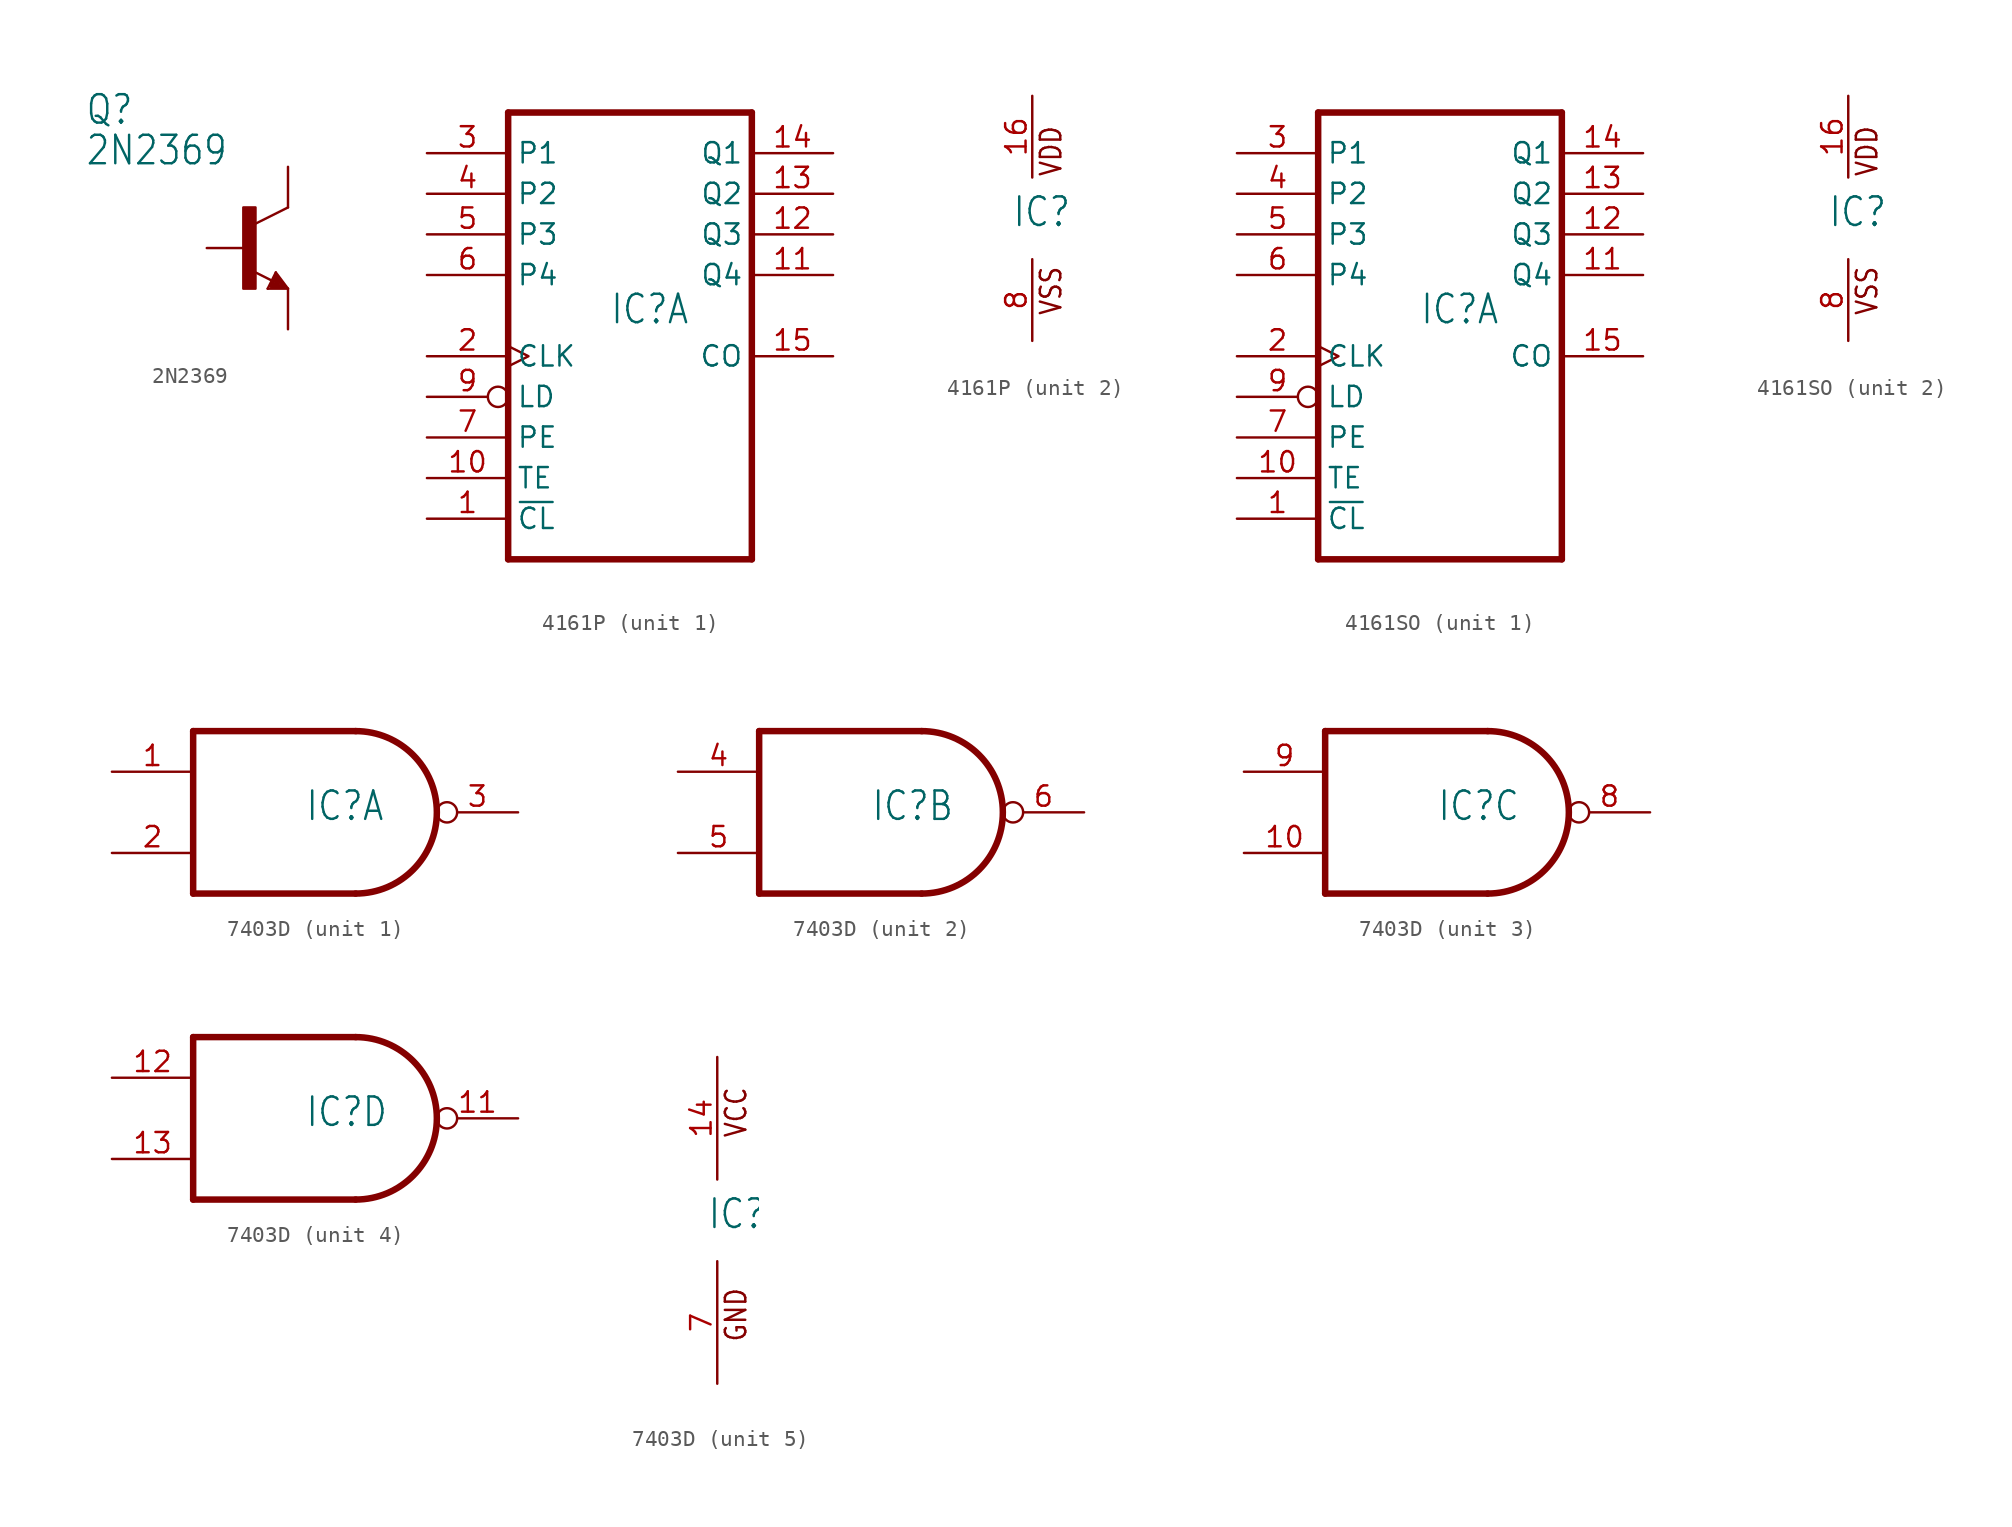
<source format=kicad_sym>
(kicad_symbol_lib
  (version 20220914)
  (generator kicad_symbol_editor)
  (symbol "2N2369"
    (property "Reference" "Q"
      (at -10.16 7.62 0)
      (effects (font (size 1.778 1.511)) (justify left bottom)))
    (property "Value" "2N2369"
      (at -10.16 5.08 0)
      (effects (font (size 1.778 1.511)) (justify left bottom)))
    (property "ki_locked" ""
      (at 0 0 0)
      (effects (font (size 1.27 1.27))))
    (symbol "2N2369_1_0"
      (rectangle (start -0.254 -2.54) (end 0.508 2.54) (stroke (width 0) (type default)) (fill (type outline)))
      (polyline (pts (xy 1.27 -2.54) (xy 1.778 -1.524)) (stroke (width 0.152) (type default)) (fill (type none)))
      (polyline (pts (xy 1.524 -2.413) (xy 2.286 -2.413)) (stroke (width 0.254) (type default)) (fill (type none)))
      (polyline (pts (xy 1.524 -2.286) (xy 1.905 -2.286)) (stroke (width 0.254) (type default)) (fill (type none)))
      (polyline (pts (xy 1.54 -2.04) (xy 0.308 -1.424)) (stroke (width 0.152) (type default)) (fill (type none)))
      (polyline (pts (xy 1.778 -1.778) (xy 1.524 -2.286)) (stroke (width 0.254) (type default)) (fill (type none)))
      (polyline (pts (xy 1.778 -1.524) (xy 2.54 -2.54)) (stroke (width 0.152) (type default)) (fill (type none)))
      (polyline (pts (xy 1.905 -2.286) (xy 1.778 -2.032)) (stroke (width 0.254) (type default)) (fill (type none)))
      (polyline (pts (xy 2.286 -2.413) (xy 1.778 -1.778)) (stroke (width 0.254) (type default)) (fill (type none)))
      (polyline (pts (xy 2.54 -2.54) (xy 1.27 -2.54)) (stroke (width 0.152) (type default)) (fill (type none)))
      (polyline (pts (xy 2.54 2.54) (xy 0.508 1.524)) (stroke (width 0.152) (type default)) (fill (type none)))
      (pin passive line (at 2.54 -5.08 90) (length 2.54) (name "E" (effects (font (size 0 0)))) (number "1" (effects (font (size 0 0)))))
      (pin passive line (at -2.54 0 0) (length 2.54) (name "B" (effects (font (size 0 0)))) (number "2" (effects (font (size 0 0)))))
      (pin passive line (at 2.54 5.08 270) (length 2.54) (name "C" (effects (font (size 0 0)))) (number "3" (effects (font (size 0 0)))))))
  (symbol "4161P"
    (property "Reference" "IC"
      (at -1.27 -0.635 0)
      (effects (font (size 1.778 1.511)) (justify left bottom)))
    (property "ki_locked" ""
      (at 0 0 0)
      (effects (font (size 1.27 1.27))))
    (symbol "4161P_1_0"
      (polyline (pts (xy -7.62 -15.24) (xy 7.62 -15.24)) (stroke (width 0.406) (type default)) (fill (type none)))
      (polyline (pts (xy -7.62 12.7) (xy -7.62 -15.24)) (stroke (width 0.406) (type default)) (fill (type none)))
      (polyline (pts (xy 7.62 -15.24) (xy 7.62 12.7)) (stroke (width 0.406) (type default)) (fill (type none)))
      (polyline (pts (xy 7.62 12.7) (xy -7.62 12.7)) (stroke (width 0.406) (type default)) (fill (type none)))
      (pin input line (at -12.7 -12.7 0) (length 5.08) (name "~{CL}" (effects (font (size 1.27 1.27)))) (number "1" (effects (font (size 1.27 1.27)))))
      (pin input line (at -12.7 -10.16 0) (length 5.08) (name "TE" (effects (font (size 1.27 1.27)))) (number "10" (effects (font (size 1.27 1.27)))))
      (pin output line (at 12.7 2.54 180) (length 5.08) (name "Q4" (effects (font (size 1.27 1.27)))) (number "11" (effects (font (size 1.27 1.27)))))
      (pin output line (at 12.7 5.08 180) (length 5.08) (name "Q3" (effects (font (size 1.27 1.27)))) (number "12" (effects (font (size 1.27 1.27)))))
      (pin output line (at 12.7 7.62 180) (length 5.08) (name "Q2" (effects (font (size 1.27 1.27)))) (number "13" (effects (font (size 1.27 1.27)))))
      (pin output line (at 12.7 10.16 180) (length 5.08) (name "Q1" (effects (font (size 1.27 1.27)))) (number "14" (effects (font (size 1.27 1.27)))))
      (pin output line (at 12.7 -2.54 180) (length 5.08) (name "CO" (effects (font (size 1.27 1.27)))) (number "15" (effects (font (size 1.27 1.27)))))
      (pin input clock (at -12.7 -2.54 0) (length 5.08) (name "CLK" (effects (font (size 1.27 1.27)))) (number "2" (effects (font (size 1.27 1.27)))))
      (pin input line (at -12.7 10.16 0) (length 5.08) (name "P1" (effects (font (size 1.27 1.27)))) (number "3" (effects (font (size 1.27 1.27)))))
      (pin input line (at -12.7 7.62 0) (length 5.08) (name "P2" (effects (font (size 1.27 1.27)))) (number "4" (effects (font (size 1.27 1.27)))))
      (pin input line (at -12.7 5.08 0) (length 5.08) (name "P3" (effects (font (size 1.27 1.27)))) (number "5" (effects (font (size 1.27 1.27)))))
      (pin input line (at -12.7 2.54 0) (length 5.08) (name "P4" (effects (font (size 1.27 1.27)))) (number "6" (effects (font (size 1.27 1.27)))))
      (pin input line (at -12.7 -7.62 0) (length 5.08) (name "PE" (effects (font (size 1.27 1.27)))) (number "7" (effects (font (size 1.27 1.27)))))
      (pin input inverted (at -12.7 -5.08 0) (length 5.08) (name "LD" (effects (font (size 1.27 1.27)))) (number "9" (effects (font (size 1.27 1.27))))))
    (symbol "4161P_2_0"
      (text "VDD" (at 1.905 2.54 900) (effects (font (size 1.27 1.079)) (justify left bottom)))
      (text "VSS" (at 1.905 -6.096 900) (effects (font (size 1.27 1.079)) (justify left bottom)))
      (pin power_in line (at 0 7.62 270) (length 5.08) (name "VDD" (effects (font (size 0 0)))) (number "16" (effects (font (size 1.27 1.27)))))
      (pin power_in line (at 0 -7.62 90) (length 5.08) (name "VSS" (effects (font (size 0 0)))) (number "8" (effects (font (size 1.27 1.27)))))))
  (symbol "4161SO"
    (property "Reference" "IC"
      (at -1.27 -0.635 0)
      (effects (font (size 1.778 1.511)) (justify left bottom)))
    (property "ki_locked" ""
      (at 0 0 0)
      (effects (font (size 1.27 1.27))))
    (symbol "4161SO_1_0"
      (polyline (pts (xy -7.62 -15.24) (xy 7.62 -15.24)) (stroke (width 0.406) (type default)) (fill (type none)))
      (polyline (pts (xy -7.62 12.7) (xy -7.62 -15.24)) (stroke (width 0.406) (type default)) (fill (type none)))
      (polyline (pts (xy 7.62 -15.24) (xy 7.62 12.7)) (stroke (width 0.406) (type default)) (fill (type none)))
      (polyline (pts (xy 7.62 12.7) (xy -7.62 12.7)) (stroke (width 0.406) (type default)) (fill (type none)))
      (pin input line (at -12.7 -12.7 0) (length 5.08) (name "~{CL}" (effects (font (size 1.27 1.27)))) (number "1" (effects (font (size 1.27 1.27)))))
      (pin input line (at -12.7 -10.16 0) (length 5.08) (name "TE" (effects (font (size 1.27 1.27)))) (number "10" (effects (font (size 1.27 1.27)))))
      (pin output line (at 12.7 2.54 180) (length 5.08) (name "Q4" (effects (font (size 1.27 1.27)))) (number "11" (effects (font (size 1.27 1.27)))))
      (pin output line (at 12.7 5.08 180) (length 5.08) (name "Q3" (effects (font (size 1.27 1.27)))) (number "12" (effects (font (size 1.27 1.27)))))
      (pin output line (at 12.7 7.62 180) (length 5.08) (name "Q2" (effects (font (size 1.27 1.27)))) (number "13" (effects (font (size 1.27 1.27)))))
      (pin output line (at 12.7 10.16 180) (length 5.08) (name "Q1" (effects (font (size 1.27 1.27)))) (number "14" (effects (font (size 1.27 1.27)))))
      (pin output line (at 12.7 -2.54 180) (length 5.08) (name "CO" (effects (font (size 1.27 1.27)))) (number "15" (effects (font (size 1.27 1.27)))))
      (pin input clock (at -12.7 -2.54 0) (length 5.08) (name "CLK" (effects (font (size 1.27 1.27)))) (number "2" (effects (font (size 1.27 1.27)))))
      (pin input line (at -12.7 10.16 0) (length 5.08) (name "P1" (effects (font (size 1.27 1.27)))) (number "3" (effects (font (size 1.27 1.27)))))
      (pin input line (at -12.7 7.62 0) (length 5.08) (name "P2" (effects (font (size 1.27 1.27)))) (number "4" (effects (font (size 1.27 1.27)))))
      (pin input line (at -12.7 5.08 0) (length 5.08) (name "P3" (effects (font (size 1.27 1.27)))) (number "5" (effects (font (size 1.27 1.27)))))
      (pin input line (at -12.7 2.54 0) (length 5.08) (name "P4" (effects (font (size 1.27 1.27)))) (number "6" (effects (font (size 1.27 1.27)))))
      (pin input line (at -12.7 -7.62 0) (length 5.08) (name "PE" (effects (font (size 1.27 1.27)))) (number "7" (effects (font (size 1.27 1.27)))))
      (pin input inverted (at -12.7 -5.08 0) (length 5.08) (name "LD" (effects (font (size 1.27 1.27)))) (number "9" (effects (font (size 1.27 1.27))))))
    (symbol "4161SO_2_0"
      (text "VDD" (at 1.905 2.54 900) (effects (font (size 1.27 1.079)) (justify left bottom)))
      (text "VSS" (at 1.905 -6.096 900) (effects (font (size 1.27 1.079)) (justify left bottom)))
      (pin power_in line (at 0 7.62 270) (length 5.08) (name "VDD" (effects (font (size 0 0)))) (number "16" (effects (font (size 1.27 1.27)))))
      (pin power_in line (at 0 -7.62 90) (length 5.08) (name "VSS" (effects (font (size 0 0)))) (number "8" (effects (font (size 1.27 1.27)))))))
  (symbol "7403D"
    (property "Reference" "IC"
      (at -0.635 -0.635 0)
      (effects (font (size 1.778 1.511)) (justify left bottom)))
    (property "ki_locked" ""
      (at 0 0 0)
      (effects (font (size 1.27 1.27))))
    (symbol "7403D_1_0"
      (polyline (pts (xy -7.62 -5.08) (xy 2.54 -5.08)) (stroke (width 0.406) (type default)) (fill (type none)))
      (polyline (pts (xy -7.62 5.08) (xy -7.62 -5.08)) (stroke (width 0.406) (type default)) (fill (type none)))
      (polyline (pts (xy 2.54 5.08) (xy -7.62 5.08)) (stroke (width 0.406) (type default)) (fill (type none)))
      (arc (start 2.54 -5.08) (mid 7.6199 0) (end 2.54 5.08) (stroke (width 0.4064) (type default)) (fill (type none)))
      (pin input line (at -12.7 2.54 0) (length 5.08) (name "I0" (effects (font (size 0 0)))) (number "1" (effects (font (size 1.27 1.27)))))
      (pin input line (at -12.7 -2.54 0) (length 5.08) (name "I1" (effects (font (size 0 0)))) (number "2" (effects (font (size 1.27 1.27)))))
      (pin open_collector inverted (at 12.7 0 180) (length 5.08) (name "O" (effects (font (size 0 0)))) (number "3" (effects (font (size 1.27 1.27))))))
    (symbol "7403D_2_0"
      (polyline (pts (xy -7.62 -5.08) (xy 2.54 -5.08)) (stroke (width 0.406) (type default)) (fill (type none)))
      (polyline (pts (xy -7.62 5.08) (xy -7.62 -5.08)) (stroke (width 0.406) (type default)) (fill (type none)))
      (polyline (pts (xy 2.54 5.08) (xy -7.62 5.08)) (stroke (width 0.406) (type default)) (fill (type none)))
      (arc (start 2.54 -5.08) (mid 7.6199 0) (end 2.54 5.08) (stroke (width 0.4064) (type default)) (fill (type none)))
      (pin input line (at -12.7 2.54 0) (length 5.08) (name "I0" (effects (font (size 0 0)))) (number "4" (effects (font (size 1.27 1.27)))))
      (pin input line (at -12.7 -2.54 0) (length 5.08) (name "I1" (effects (font (size 0 0)))) (number "5" (effects (font (size 1.27 1.27)))))
      (pin open_collector inverted (at 12.7 0 180) (length 5.08) (name "O" (effects (font (size 0 0)))) (number "6" (effects (font (size 1.27 1.27))))))
    (symbol "7403D_3_0"
      (polyline (pts (xy -7.62 -5.08) (xy 2.54 -5.08)) (stroke (width 0.406) (type default)) (fill (type none)))
      (polyline (pts (xy -7.62 5.08) (xy -7.62 -5.08)) (stroke (width 0.406) (type default)) (fill (type none)))
      (polyline (pts (xy 2.54 5.08) (xy -7.62 5.08)) (stroke (width 0.406) (type default)) (fill (type none)))
      (arc (start 2.54 -5.08) (mid 7.6199 0) (end 2.54 5.08) (stroke (width 0.4064) (type default)) (fill (type none)))
      (pin input line (at -12.7 -2.54 0) (length 5.08) (name "I1" (effects (font (size 0 0)))) (number "10" (effects (font (size 1.27 1.27)))))
      (pin open_collector inverted (at 12.7 0 180) (length 5.08) (name "O" (effects (font (size 0 0)))) (number "8" (effects (font (size 1.27 1.27)))))
      (pin input line (at -12.7 2.54 0) (length 5.08) (name "I0" (effects (font (size 0 0)))) (number "9" (effects (font (size 1.27 1.27))))))
    (symbol "7403D_4_0"
      (polyline (pts (xy -7.62 -5.08) (xy 2.54 -5.08)) (stroke (width 0.406) (type default)) (fill (type none)))
      (polyline (pts (xy -7.62 5.08) (xy -7.62 -5.08)) (stroke (width 0.406) (type default)) (fill (type none)))
      (polyline (pts (xy 2.54 5.08) (xy -7.62 5.08)) (stroke (width 0.406) (type default)) (fill (type none)))
      (arc (start 2.54 -5.08) (mid 7.6199 0) (end 2.54 5.08) (stroke (width 0.4064) (type default)) (fill (type none)))
      (pin open_collector inverted (at 12.7 0 180) (length 5.08) (name "O" (effects (font (size 0 0)))) (number "11" (effects (font (size 1.27 1.27)))))
      (pin input line (at -12.7 2.54 0) (length 5.08) (name "I0" (effects (font (size 0 0)))) (number "12" (effects (font (size 1.27 1.27)))))
      (pin input line (at -12.7 -2.54 0) (length 5.08) (name "I1" (effects (font (size 0 0)))) (number "13" (effects (font (size 1.27 1.27))))))
    (symbol "7403D_5_0"
      (text "GND" (at 1.905 -7.62 900) (effects (font (size 1.27 1.079)) (justify left bottom)))
      (text "VCC" (at 1.905 5.08 900) (effects (font (size 1.27 1.079)) (justify left bottom)))
      (pin power_in line (at 0 10.16 270) (length 7.62) (name "VCC" (effects (font (size 0 0)))) (number "14" (effects (font (size 1.27 1.27)))))
      (pin power_in line (at 0 -10.16 90) (length 7.62) (name "GND" (effects (font (size 0 0)))) (number "7" (effects (font (size 1.27 1.27))))))))
</source>
